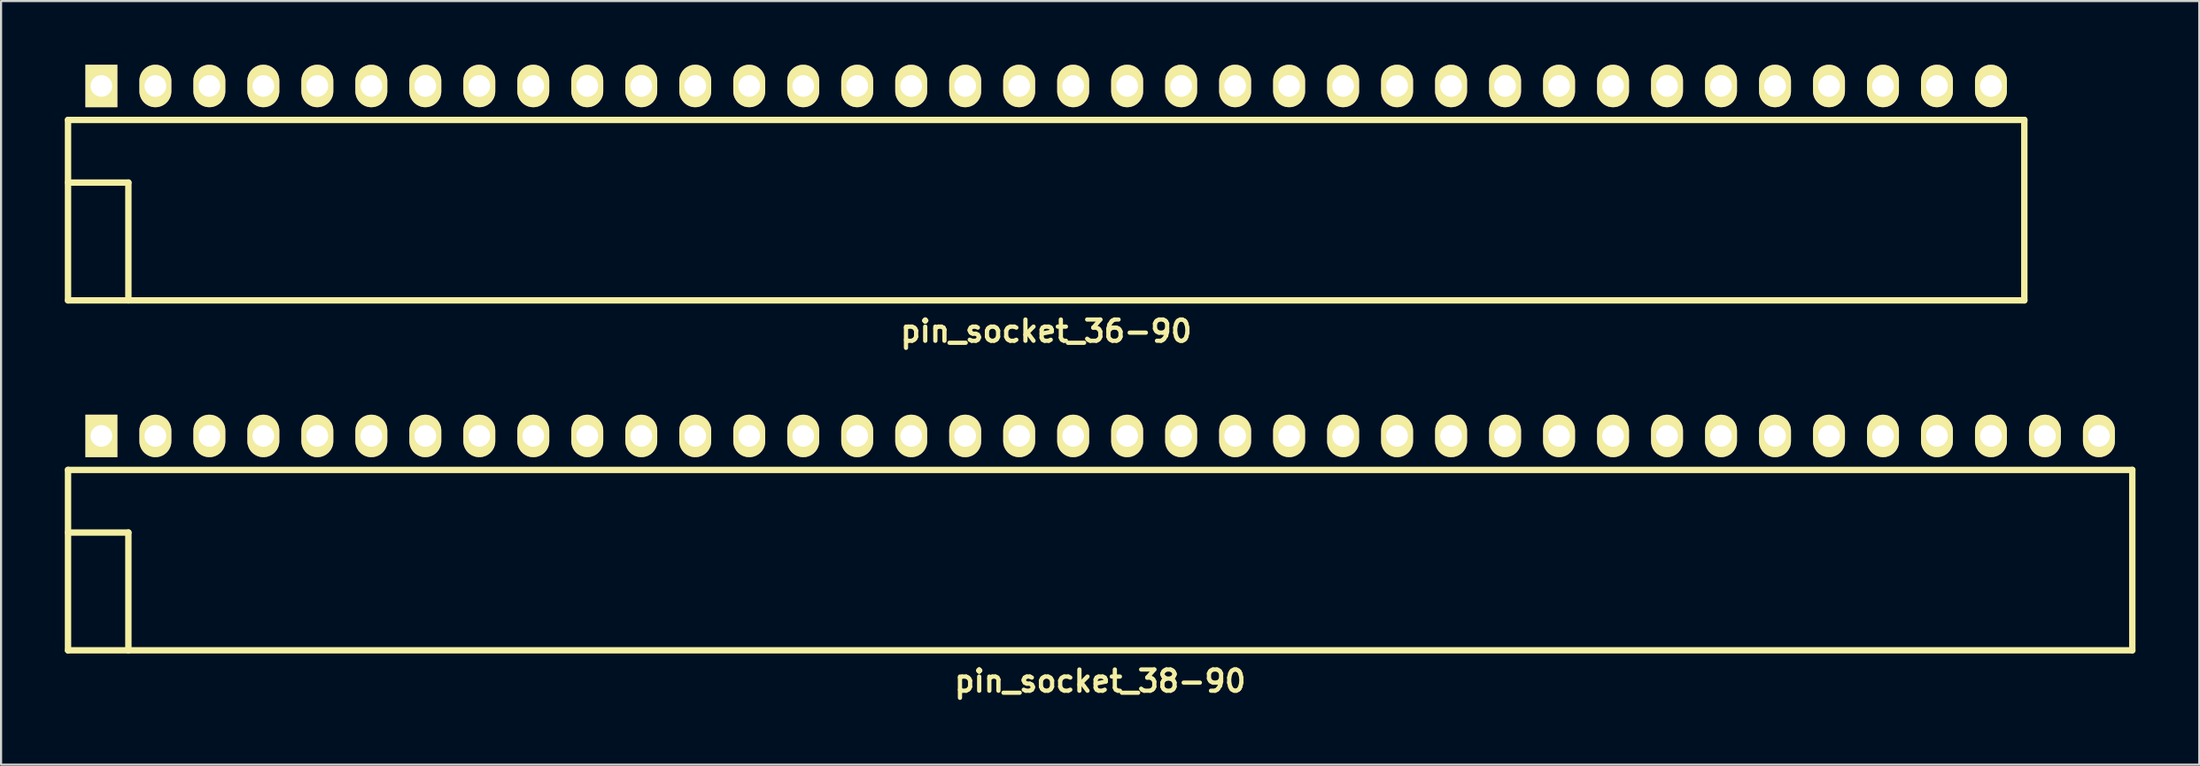
<source format=kicad_pcb>
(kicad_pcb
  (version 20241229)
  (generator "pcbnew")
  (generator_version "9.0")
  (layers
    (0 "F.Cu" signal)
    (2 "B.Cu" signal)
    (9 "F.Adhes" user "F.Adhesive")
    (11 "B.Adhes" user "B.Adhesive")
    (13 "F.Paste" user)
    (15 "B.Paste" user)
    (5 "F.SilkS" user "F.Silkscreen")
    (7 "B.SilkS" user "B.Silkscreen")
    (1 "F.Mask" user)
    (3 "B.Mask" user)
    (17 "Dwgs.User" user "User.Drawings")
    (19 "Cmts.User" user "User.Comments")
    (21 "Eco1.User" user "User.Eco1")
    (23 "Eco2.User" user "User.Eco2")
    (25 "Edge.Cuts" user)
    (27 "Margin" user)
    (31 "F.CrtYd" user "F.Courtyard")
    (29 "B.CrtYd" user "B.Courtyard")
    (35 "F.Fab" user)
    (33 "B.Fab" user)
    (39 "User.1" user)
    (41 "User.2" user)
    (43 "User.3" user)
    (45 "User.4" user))
  (footprint "pin_socket_38-90"
    (layer "F.Cu")
    (at 48.71 22.036)
    (property "Reference" "pin_socket_38-90" (at 0 7 0) (layer "F.SilkS") (effects (font (size 1 1) (thickness 0.2))))
    (attr through_hole)
    (fp_line (start -48.56 -2.95) (end -48.56 5.55) (stroke (width 0.3) (type solid)) (layer "F.SilkS"))
    (fp_line (start -48.56 -2.95) (end 48.56 -2.95) (stroke (width 0.3) (type solid)) (layer "F.SilkS"))
    (fp_line (start -48.56 0) (end -45.72 0) (stroke (width 0.3) (type solid)) (layer "F.SilkS"))
    (fp_line (start -48.56 5.55) (end 48.56 5.55) (stroke (width 0.3) (type solid)) (layer "F.SilkS"))
    (fp_line (start -45.72 0) (end -45.72 5.55) (stroke (width 0.3) (type solid)) (layer "F.SilkS"))
    (fp_line (start 48.56 -2.95) (end 48.56 5.55) (stroke (width 0.3) (type solid)) (layer "F.SilkS"))
    (pad "1" thru_hole rect (at -46.99 -4.55) (size 1.5 2) (drill 1.02) (layers "*.Cu" "*.Mask" "F.SilkS"))
    (pad "2" thru_hole oval (at -44.45 -4.55) (size 1.5 2) (drill 1.02) (layers "*.Cu" "*.Mask" "F.SilkS"))
    (pad "3" thru_hole oval (at -41.91 -4.55) (size 1.5 2) (drill 1.02) (layers "*.Cu" "*.Mask" "F.SilkS"))
    (pad "4" thru_hole oval (at -39.37 -4.55) (size 1.5 2) (drill 1.02) (layers "*.Cu" "*.Mask" "F.SilkS"))
    (pad "5" thru_hole oval (at -36.83 -4.55) (size 1.5 2) (drill 1.02) (layers "*.Cu" "*.Mask" "F.SilkS"))
    (pad "6" thru_hole oval (at -34.29 -4.55) (size 1.5 2) (drill 1.02) (layers "*.Cu" "*.Mask" "F.SilkS"))
    (pad "7" thru_hole oval (at -31.75 -4.55) (size 1.5 2) (drill 1.02) (layers "*.Cu" "*.Mask" "F.SilkS"))
    (pad "8" thru_hole oval (at -29.21 -4.55) (size 1.5 2) (drill 1.02) (layers "*.Cu" "*.Mask" "F.SilkS"))
    (pad "9" thru_hole oval (at -26.67 -4.55) (size 1.5 2) (drill 1.02) (layers "*.Cu" "*.Mask" "F.SilkS"))
    (pad "10" thru_hole oval (at -24.13 -4.55) (size 1.5 2) (drill 1.02) (layers "*.Cu" "*.Mask" "F.SilkS"))
    (pad "12" thru_hole oval (at -19.05 -4.55) (size 1.5 2) (drill 1.02) (layers "*.Cu" "*.Mask" "F.SilkS"))
    (pad "13" thru_hole oval (at -16.51 -4.55) (size 1.5 2) (drill 1.02) (layers "*.Cu" "*.Mask" "F.SilkS"))
    (pad "14" thru_hole oval (at -13.97 -4.55) (size 1.5 2) (drill 1.02) (layers "*.Cu" "*.Mask" "F.SilkS"))
    (pad "15" thru_hole oval (at -11.43 -4.55) (size 1.5 2) (drill 1.02) (layers "*.Cu" "*.Mask" "F.SilkS"))
    (pad "16" thru_hole oval (at -8.89 -4.55) (size 1.5 2) (drill 1.02) (layers "*.Cu" "*.Mask" "F.SilkS"))
    (pad "17" thru_hole oval (at -6.35 -4.55) (size 1.5 2) (drill 1.02) (layers "*.Cu" "*.Mask" "F.SilkS"))
    (pad "18" thru_hole oval (at -3.81 -4.55) (size 1.5 2) (drill 1.02) (layers "*.Cu" "*.Mask" "F.SilkS"))
    (pad "19" thru_hole oval (at -1.27 -4.55) (size 1.5 2) (drill 1.02) (layers "*.Cu" "*.Mask" "F.SilkS"))
    (pad "20" thru_hole oval (at 1.27 -4.55) (size 1.5 2) (drill 1.02) (layers "*.Cu" "*.Mask" "F.SilkS"))
    (pad "21" thru_hole oval (at 3.81 -4.55) (size 1.5 2) (drill 1.02) (layers "*.Cu" "*.Mask" "F.SilkS"))
    (pad "22" thru_hole oval (at 6.35 -4.55) (size 1.5 2) (drill 1.02) (layers "*.Cu" "*.Mask" "F.SilkS"))
    (pad "23" thru_hole oval (at 8.89 -4.55) (size 1.5 2) (drill 1.02) (layers "*.Cu" "*.Mask" "F.SilkS"))
    (pad "24" thru_hole oval (at 11.43 -4.55) (size 1.5 2) (drill 1.02) (layers "*.Cu" "*.Mask" "F.SilkS"))
    (pad "25" thru_hole oval (at 13.97 -4.55) (size 1.5 2) (drill 1.02) (layers "*.Cu" "*.Mask" "F.SilkS"))
    (pad "26" thru_hole oval (at 16.51 -4.55) (size 1.5 2) (drill 1.02) (layers "*.Cu" "*.Mask" "F.SilkS"))
    (pad "27" thru_hole oval (at 19.05 -4.55) (size 1.5 2) (drill 1.02) (layers "*.Cu" "*.Mask" "F.SilkS"))
    (pad "28" thru_hole oval (at 21.59 -4.55) (size 1.5 2) (drill 1.02) (layers "*.Cu" "*.Mask" "F.SilkS"))
    (pad "29" thru_hole oval (at 24.13 -4.55) (size 1.5 2) (drill 1.02) (layers "*.Cu" "*.Mask" "F.SilkS"))
    (pad "30" thru_hole oval (at 26.67 -4.55) (size 1.5 2) (drill 1.02) (layers "*.Cu" "*.Mask" "F.SilkS"))
    (pad "31" thru_hole oval (at 29.21 -4.55) (size 1.5 2) (drill 1.02) (layers "*.Cu" "*.Mask" "F.SilkS"))
    (pad "32" thru_hole oval (at 31.75 -4.55) (size 1.5 2) (drill 1.02) (layers "*.Cu" "*.Mask" "F.SilkS"))
    (pad "33" thru_hole oval (at 34.29 -4.55) (size 1.5 2) (drill 1.02) (layers "*.Cu" "*.Mask" "F.SilkS"))
    (pad "34" thru_hole oval (at 36.83 -4.55) (size 1.5 2) (drill 1.02) (layers "*.Cu" "*.Mask" "F.SilkS"))
    (pad "35" thru_hole oval (at 39.37 -4.55) (size 1.5 2) (drill 1.02) (layers "*.Cu" "*.Mask" "F.SilkS"))
    (pad "36" thru_hole oval (at 41.91 -4.55) (size 1.5 2) (drill 1.02) (layers "*.Cu" "*.Mask" "F.SilkS"))
    (pad "37" thru_hole oval (at 44.45 -4.55) (size 1.5 2) (drill 1.02) (layers "*.Cu" "*.Mask" "F.SilkS"))
    (pad "38" thru_hole oval (at 46.99 -4.55) (size 1.5 2) (drill 1.02) (layers "*.Cu" "*.Mask" "F.SilkS"))
    (pad "1121" thru_hole oval (at -21.59 -4.55) (size 1.5 2) (drill 1.02) (layers "*.Cu" "*.Mask" "F.SilkS")))
  (footprint "pin_socket_36-90"
    (layer "F.Cu")
    (at 46.17 5.55)
    (property "Reference" "pin_socket_36-90" (at 0 7 0) (layer "F.SilkS") (effects (font (size 1 1) (thickness 0.2))))
    (attr through_hole)
    (fp_line (start -46.02 -2.95) (end -46.02 5.55) (stroke (width 0.3) (type solid)) (layer "F.SilkS"))
    (fp_line (start -46.02 -2.95) (end 46.02 -2.95) (stroke (width 0.3) (type solid)) (layer "F.SilkS"))
    (fp_line (start -46.02 0) (end -43.18 0) (stroke (width 0.3) (type solid)) (layer "F.SilkS"))
    (fp_line (start -46.02 5.55) (end 46.02 5.55) (stroke (width 0.3) (type solid)) (layer "F.SilkS"))
    (fp_line (start -43.18 0) (end -43.18 5.55) (stroke (width 0.3) (type solid)) (layer "F.SilkS"))
    (fp_line (start 46.02 -2.95) (end 46.02 5.55) (stroke (width 0.3) (type solid)) (layer "F.SilkS"))
    (pad "1" thru_hole rect (at -44.45 -4.55) (size 1.5 2) (drill 1.02) (layers "*.Cu" "*.Mask" "F.SilkS"))
    (pad "2" thru_hole oval (at -41.91 -4.55) (size 1.5 2) (drill 1.02) (layers "*.Cu" "*.Mask" "F.SilkS"))
    (pad "3" thru_hole oval (at -39.37 -4.55) (size 1.5 2) (drill 1.02) (layers "*.Cu" "*.Mask" "F.SilkS"))
    (pad "4" thru_hole oval (at -36.83 -4.55) (size 1.5 2) (drill 1.02) (layers "*.Cu" "*.Mask" "F.SilkS"))
    (pad "5" thru_hole oval (at -34.29 -4.55) (size 1.5 2) (drill 1.02) (layers "*.Cu" "*.Mask" "F.SilkS"))
    (pad "6" thru_hole oval (at -31.75 -4.55) (size 1.5 2) (drill 1.02) (layers "*.Cu" "*.Mask" "F.SilkS"))
    (pad "7" thru_hole oval (at -29.21 -4.55) (size 1.5 2) (drill 1.02) (layers "*.Cu" "*.Mask" "F.SilkS"))
    (pad "8" thru_hole oval (at -26.67 -4.55) (size 1.5 2) (drill 1.02) (layers "*.Cu" "*.Mask" "F.SilkS"))
    (pad "9" thru_hole oval (at -24.13 -4.55) (size 1.5 2) (drill 1.02) (layers "*.Cu" "*.Mask" "F.SilkS"))
    (pad "10" thru_hole oval (at -21.59 -4.55) (size 1.5 2) (drill 1.02) (layers "*.Cu" "*.Mask" "F.SilkS"))
    (pad "12" thru_hole oval (at -16.51 -4.55) (size 1.5 2) (drill 1.02) (layers "*.Cu" "*.Mask" "F.SilkS"))
    (pad "13" thru_hole oval (at -13.97 -4.55) (size 1.5 2) (drill 1.02) (layers "*.Cu" "*.Mask" "F.SilkS"))
    (pad "14" thru_hole oval (at -11.43 -4.55) (size 1.5 2) (drill 1.02) (layers "*.Cu" "*.Mask" "F.SilkS"))
    (pad "15" thru_hole oval (at -8.89 -4.55) (size 1.5 2) (drill 1.02) (layers "*.Cu" "*.Mask" "F.SilkS"))
    (pad "16" thru_hole oval (at -6.35 -4.55) (size 1.5 2) (drill 1.02) (layers "*.Cu" "*.Mask" "F.SilkS"))
    (pad "17" thru_hole oval (at -3.81 -4.55) (size 1.5 2) (drill 1.02) (layers "*.Cu" "*.Mask" "F.SilkS"))
    (pad "18" thru_hole oval (at -1.27 -4.55) (size 1.5 2) (drill 1.02) (layers "*.Cu" "*.Mask" "F.SilkS"))
    (pad "19" thru_hole oval (at 1.27 -4.55) (size 1.5 2) (drill 1.02) (layers "*.Cu" "*.Mask" "F.SilkS"))
    (pad "20" thru_hole oval (at 3.81 -4.55) (size 1.5 2) (drill 1.02) (layers "*.Cu" "*.Mask" "F.SilkS"))
    (pad "21" thru_hole oval (at 6.35 -4.55) (size 1.5 2) (drill 1.02) (layers "*.Cu" "*.Mask" "F.SilkS"))
    (pad "22" thru_hole oval (at 8.89 -4.55) (size 1.5 2) (drill 1.02) (layers "*.Cu" "*.Mask" "F.SilkS"))
    (pad "23" thru_hole oval (at 11.43 -4.55) (size 1.5 2) (drill 1.02) (layers "*.Cu" "*.Mask" "F.SilkS"))
    (pad "24" thru_hole oval (at 13.97 -4.55) (size 1.5 2) (drill 1.02) (layers "*.Cu" "*.Mask" "F.SilkS"))
    (pad "25" thru_hole oval (at 16.51 -4.55) (size 1.5 2) (drill 1.02) (layers "*.Cu" "*.Mask" "F.SilkS"))
    (pad "26" thru_hole oval (at 19.05 -4.55) (size 1.5 2) (drill 1.02) (layers "*.Cu" "*.Mask" "F.SilkS"))
    (pad "27" thru_hole oval (at 21.59 -4.55) (size 1.5 2) (drill 1.02) (layers "*.Cu" "*.Mask" "F.SilkS"))
    (pad "28" thru_hole oval (at 24.13 -4.55) (size 1.5 2) (drill 1.02) (layers "*.Cu" "*.Mask" "F.SilkS"))
    (pad "29" thru_hole oval (at 26.67 -4.55) (size 1.5 2) (drill 1.02) (layers "*.Cu" "*.Mask" "F.SilkS"))
    (pad "30" thru_hole oval (at 29.21 -4.55) (size 1.5 2) (drill 1.02) (layers "*.Cu" "*.Mask" "F.SilkS"))
    (pad "31" thru_hole oval (at 31.75 -4.55) (size 1.5 2) (drill 1.02) (layers "*.Cu" "*.Mask" "F.SilkS"))
    (pad "32" thru_hole oval (at 34.29 -4.55) (size 1.5 2) (drill 1.02) (layers "*.Cu" "*.Mask" "F.SilkS"))
    (pad "33" thru_hole oval (at 36.83 -4.55) (size 1.5 2) (drill 1.02) (layers "*.Cu" "*.Mask" "F.SilkS"))
    (pad "34" thru_hole oval (at 39.37 -4.55) (size 1.5 2) (drill 1.02) (layers "*.Cu" "*.Mask" "F.SilkS"))
    (pad "35" thru_hole oval (at 41.91 -4.55) (size 1.5 2) (drill 1.02) (layers "*.Cu" "*.Mask" "F.SilkS"))
    (pad "36" thru_hole oval (at 44.45 -4.55) (size 1.5 2) (drill 1.02) (layers "*.Cu" "*.Mask" "F.SilkS"))
    (pad "1121" thru_hole oval (at -19.05 -4.55) (size 1.5 2) (drill 1.02) (layers "*.Cu" "*.Mask" "F.SilkS")))
  (gr_rect
    (start -3 -3)
    (end 100.42 32.972)
    (stroke (width 0.1) (type default))
    (fill no)
    (layer "Edge.Cuts")))
</source>
